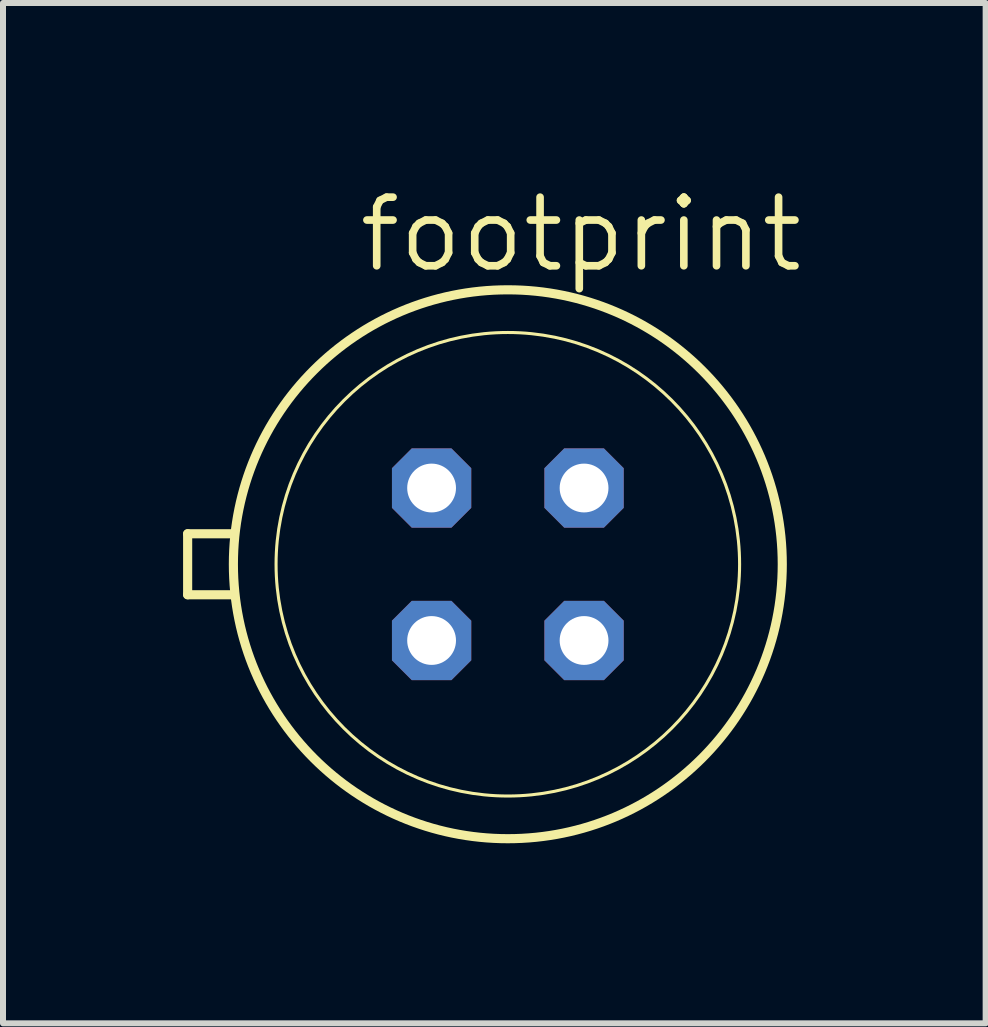
<source format=kicad_pcb>
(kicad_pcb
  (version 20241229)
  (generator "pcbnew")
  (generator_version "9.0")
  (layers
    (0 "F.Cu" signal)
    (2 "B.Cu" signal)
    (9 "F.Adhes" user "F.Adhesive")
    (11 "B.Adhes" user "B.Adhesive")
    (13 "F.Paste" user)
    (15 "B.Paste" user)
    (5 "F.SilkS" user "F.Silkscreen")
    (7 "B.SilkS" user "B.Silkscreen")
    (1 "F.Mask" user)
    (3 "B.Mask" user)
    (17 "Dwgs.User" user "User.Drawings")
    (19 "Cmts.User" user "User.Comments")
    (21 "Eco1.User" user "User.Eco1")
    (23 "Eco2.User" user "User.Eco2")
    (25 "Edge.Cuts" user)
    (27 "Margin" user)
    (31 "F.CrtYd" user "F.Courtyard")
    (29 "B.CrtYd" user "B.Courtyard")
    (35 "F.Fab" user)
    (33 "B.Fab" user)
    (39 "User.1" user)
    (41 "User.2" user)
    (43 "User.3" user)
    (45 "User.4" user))
  (footprint "footprint"
    (layer "F.Cu")
    (at 5.41 6.35)
    (property "Reference" "footprint" (at -2.54 -4.826 0) (layer "F.SilkS") (effects (font (size 1.143 1.143) (thickness 0.127)) (justify left bottom)))
    (fp_line (start -5.334 0.508) (end -5.334 -0.508) (stroke (width 0.152) (type solid)) (layer "F.SilkS"))
    (fp_line (start -5.334 0.508) (end -4.572 0.508) (stroke (width 0.152) (type solid)) (layer "F.SilkS"))
    (fp_line (start -4.572 -0.508) (end -5.334 -0.508) (stroke (width 0.152) (type solid)) (layer "F.SilkS"))
    (fp_circle (center 0 0) (end 3.861 0) (stroke (width 0.051) (type solid)) (fill no) (layer "F.SilkS"))
    (fp_circle (center 0 0) (end 4.572 0) (stroke (width 0.152) (type solid)) (fill no) (layer "F.SilkS"))
    (pad "1" thru_hole roundrect (at -1.27 1.27) (size 1.321 1.321) (drill 0.813) (layers "*.Cu" "*.Mask") (roundrect_rratio 0.25) (chamfer_ratio 0.25) (chamfer top_left top_right bottom_left bottom_right))
    (pad "2" thru_hole roundrect (at 1.27 1.27) (size 1.321 1.321) (drill 0.813) (layers "*.Cu" "*.Mask") (roundrect_rratio 0.25) (chamfer_ratio 0.25) (chamfer top_left top_right bottom_left bottom_right))
    (pad "3" thru_hole roundrect (at 1.27 -1.27) (size 1.321 1.321) (drill 0.813) (layers "*.Cu" "*.Mask") (roundrect_rratio 0.25) (chamfer_ratio 0.25) (chamfer top_left top_right bottom_left bottom_right))
    (pad "4" thru_hole roundrect (at -1.27 -1.27) (size 1.321 1.321) (drill 0.813) (layers "*.Cu" "*.Mask") (roundrect_rratio 0.25) (chamfer_ratio 0.25) (chamfer top_left top_right bottom_left bottom_right)))
  (gr_rect
    (start -3 -3)
    (end 13.37 13.998)
    (stroke (width 0.1) (type default))
    (fill no)
    (layer "Edge.Cuts")))
</source>
